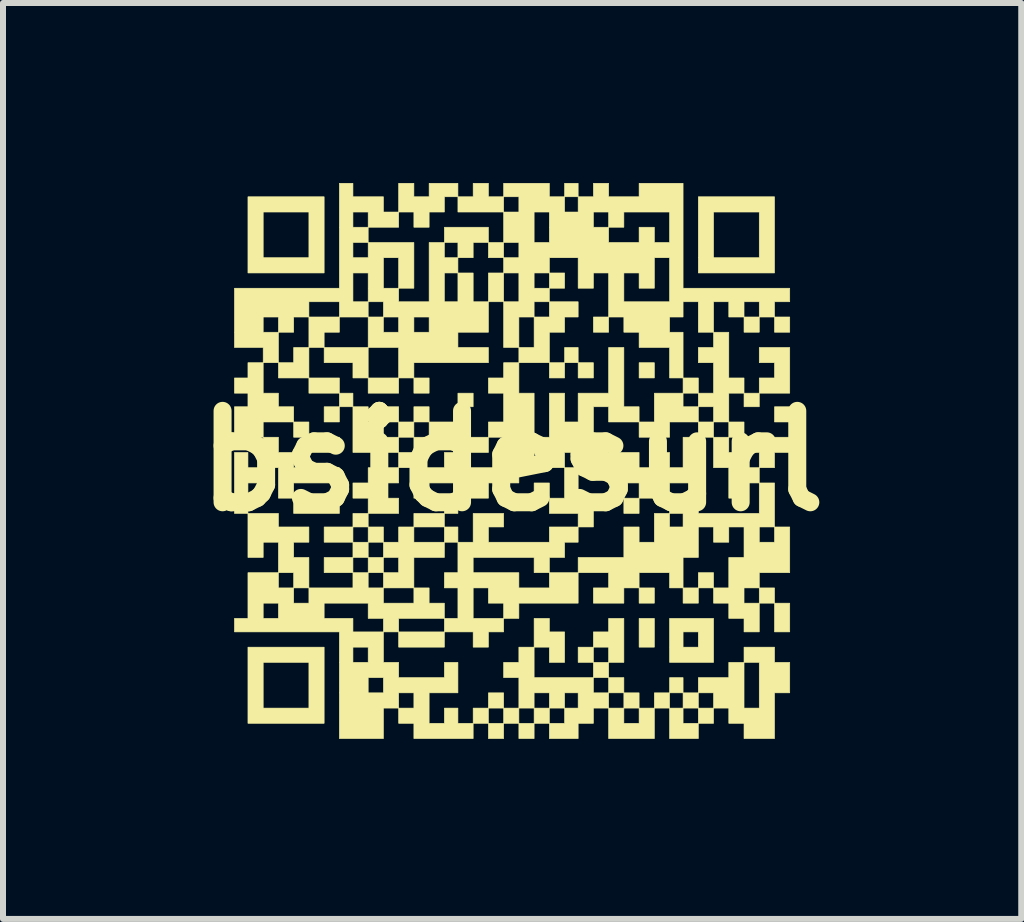
<source format=kicad_pcb>
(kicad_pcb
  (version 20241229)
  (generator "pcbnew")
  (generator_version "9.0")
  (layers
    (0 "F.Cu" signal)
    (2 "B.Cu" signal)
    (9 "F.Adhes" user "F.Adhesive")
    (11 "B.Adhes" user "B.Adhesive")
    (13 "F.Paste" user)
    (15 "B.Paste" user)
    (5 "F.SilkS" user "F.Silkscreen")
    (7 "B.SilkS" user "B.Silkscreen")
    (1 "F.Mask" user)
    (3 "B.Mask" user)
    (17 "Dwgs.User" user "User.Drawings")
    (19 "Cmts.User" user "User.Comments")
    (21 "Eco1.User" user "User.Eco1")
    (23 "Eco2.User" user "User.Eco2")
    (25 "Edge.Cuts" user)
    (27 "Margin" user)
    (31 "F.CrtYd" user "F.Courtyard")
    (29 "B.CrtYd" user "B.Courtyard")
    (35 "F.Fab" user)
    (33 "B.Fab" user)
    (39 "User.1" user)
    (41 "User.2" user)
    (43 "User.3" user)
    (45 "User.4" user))
  (footprint "bsidesurl"
    (layer "F.Cu")
    (at 5.486 4.633)
    (property "Reference" "bsidesurl" (at 0 0 0) (layer "F.SilkS") (effects (font (size 1.524 1.524) (thickness 0.3))))
    (attr through_hole)
    (fp_poly (pts (xy -3.641 -0.395) (xy -3.641 -0.649) (xy -3.387 -0.649) (xy -3.387 -0.395) (xy -3.641 -0.395)) (stroke (width 0.01) (type solid)) (fill yes) (layer "F.SilkS"))
    (fp_poly (pts (xy -3.387 -1.129) (xy -3.387 -1.383) (xy -2.879 -1.383) (xy -2.879 -1.129) (xy -3.387 -1.129)) (stroke (width 0.01) (type solid)) (fill yes) (layer "F.SilkS"))
    (fp_poly (pts (xy -3.133 1.355) (xy -3.133 1.101) (xy -2.653 1.101) (xy -2.653 1.355) (xy -3.133 1.355)) (stroke (width 0.01) (type solid)) (fill yes) (layer "F.SilkS"))
    (fp_poly (pts (xy -2.879 -1.129) (xy -2.653 -1.129) (xy -2.653 -0.903) (xy -2.879 -0.903) (xy -2.879 -1.129)) (stroke (width 0.01) (type solid)) (fill yes) (layer "F.SilkS"))
    (fp_poly (pts (xy -2.879 -0.649) (xy -3.133 -0.649) (xy -3.133 -0.903) (xy -2.879 -0.903) (xy -2.879 -0.649)) (stroke (width 0.01) (type solid)) (fill yes) (layer "F.SilkS"))
    (fp_poly (pts (xy -2.879 -0.395) (xy -2.879 -0.141) (xy -3.387 -0.141) (xy -3.387 -0.395) (xy -2.879 -0.395)) (stroke (width 0.01) (type solid)) (fill yes) (layer "F.SilkS"))
    (fp_poly (pts (xy -2.879 0.875) (xy -3.641 0.875) (xy -3.641 0.621) (xy -2.879 0.621) (xy -2.879 0.875)) (stroke (width 0.01) (type solid)) (fill yes) (layer "F.SilkS"))
    (fp_poly (pts (xy -2.653 0.875) (xy -2.399 0.875) (xy -2.399 1.101) (xy -2.653 1.101) (xy -2.653 0.875)) (stroke (width 0.01) (type solid)) (fill yes) (layer "F.SilkS"))
    (fp_poly (pts (xy -2.653 1.355) (xy -2.399 1.355) (xy -2.399 1.609) (xy -2.653 1.609) (xy -2.653 1.355)) (stroke (width 0.01) (type solid)) (fill yes) (layer "F.SilkS"))
    (fp_poly (pts (xy -2.653 1.863) (xy -3.133 1.863) (xy -3.133 1.609) (xy -2.653 1.609) (xy -2.653 1.863)) (stroke (width 0.01) (type solid)) (fill yes) (layer "F.SilkS"))
    (fp_poly (pts (xy -2.145 1.355) (xy -2.399 1.355) (xy -2.399 1.101) (xy -2.145 1.101) (xy -2.145 1.355)) (stroke (width 0.01) (type solid)) (fill yes) (layer "F.SilkS"))
    (fp_poly (pts (xy -1.891 -1.383) (xy -1.891 -1.129) (xy -2.399 -1.129) (xy -2.399 -1.383) (xy -1.891 -1.383)) (stroke (width 0.01) (type solid)) (fill yes) (layer "F.SilkS"))
    (fp_poly (pts (xy -1.891 -0.141) (xy -1.637 -0.141) (xy -1.637 0.113) (xy -1.891 0.113) (xy -1.891 -0.141)) (stroke (width 0.01) (type solid)) (fill yes) (layer "F.SilkS"))
    (fp_poly (pts (xy -1.637 -0.903) (xy -1.383 -0.903) (xy -1.383 -0.649) (xy -1.637 -0.649) (xy -1.637 -0.903)) (stroke (width 0.01) (type solid)) (fill yes) (layer "F.SilkS"))
    (fp_poly (pts (xy -1.637 0.875) (xy -1.129 0.875) (xy -1.129 1.101) (xy -1.637 1.101) (xy -1.637 0.875)) (stroke (width 0.01) (type solid)) (fill yes) (layer "F.SilkS"))
    (fp_poly (pts (xy -1.383 -1.129) (xy -1.637 -1.129) (xy -1.637 -1.383) (xy -1.383 -1.383) (xy -1.383 -1.129)) (stroke (width 0.01) (type solid)) (fill yes) (layer "F.SilkS"))
    (fp_poly (pts (xy -1.383 -0.395) (xy -1.383 -0.649) (xy -0.903 -0.649) (xy -0.903 -0.395) (xy -1.383 -0.395)) (stroke (width 0.01) (type solid)) (fill yes) (layer "F.SilkS"))
    (fp_poly (pts (xy -1.383 -0.141) (xy -1.637 -0.141) (xy -1.637 -0.395) (xy -1.383 -0.395) (xy -1.383 -0.141)) (stroke (width 0.01) (type solid)) (fill yes) (layer "F.SilkS"))
    (fp_poly (pts (xy -1.129 0.621) (xy -0.903 0.621) (xy -0.903 0.875) (xy -1.129 0.875) (xy -1.129 0.621)) (stroke (width 0.01) (type solid)) (fill yes) (layer "F.SilkS"))
    (fp_poly (pts (xy -1.129 1.101) (xy -0.903 1.101) (xy -0.903 1.355) (xy -1.129 1.355) (xy -1.129 1.101)) (stroke (width 0.01) (type solid)) (fill yes) (layer "F.SilkS"))
    (fp_poly (pts (xy -1.129 3.104) (xy -1.891 3.104) (xy -1.891 2.85) (xy -1.129 2.85) (xy -1.129 3.104)) (stroke (width 0.01) (type solid)) (fill yes) (layer "F.SilkS"))
    (fp_poly (pts (xy -0.649 -0.903) (xy -0.903 -0.903) (xy -0.903 -1.129) (xy -0.649 -1.129) (xy -0.649 -0.903)) (stroke (width 0.01) (type solid)) (fill yes) (layer "F.SilkS"))
    (fp_poly (pts (xy -0.395 -0.395) (xy -0.395 -0.141) (xy -0.903 -0.141) (xy -0.903 -0.395) (xy -0.395 -0.395)) (stroke (width 0.01) (type solid)) (fill yes) (layer "F.SilkS"))
    (fp_poly (pts (xy -0.141 -3.387) (xy -0.395 -3.387) (xy -0.395 -3.641) (xy -0.141 -3.641) (xy -0.141 -3.387)) (stroke (width 0.01) (type solid)) (fill yes) (layer "F.SilkS"))
    (fp_poly (pts (xy -0.141 -2.653) (xy -0.395 -2.653) (xy -0.395 -3.133) (xy -0.141 -3.133) (xy -0.141 -2.653)) (stroke (width 0.01) (type solid)) (fill yes) (layer "F.SilkS"))
    (fp_poly (pts (xy 0.367 0.621) (xy 0.367 0.367) (xy 0.621 0.367) (xy 0.621 0.621) (xy 0.367 0.621)) (stroke (width 0.01) (type solid)) (fill yes) (layer "F.SilkS"))
    (fp_poly (pts (xy 0.875 -2.879) (xy 0.621 -2.879) (xy 0.621 -3.133) (xy 0.875 -3.133) (xy 0.875 -2.879)) (stroke (width 0.01) (type solid)) (fill yes) (layer "F.SilkS"))
    (fp_poly (pts (xy 0.875 -1.891) (xy 1.101 -1.891) (xy 1.101 -1.637) (xy 0.875 -1.637) (xy 0.875 -1.891)) (stroke (width 0.01) (type solid)) (fill yes) (layer "F.SilkS"))
    (fp_poly (pts (xy 0.875 -1.383) (xy 0.621 -1.383) (xy 0.621 -1.637) (xy 0.875 -1.637) (xy 0.875 -1.383)) (stroke (width 0.01) (type solid)) (fill yes) (layer "F.SilkS"))
    (fp_poly (pts (xy 1.355 -1.383) (xy 1.101 -1.383) (xy 1.101 -1.637) (xy 1.355 -1.637) (xy 1.355 -1.383)) (stroke (width 0.01) (type solid)) (fill yes) (layer "F.SilkS"))
    (fp_poly (pts (xy 1.609 -2.145) (xy 1.355 -2.145) (xy 1.355 -2.399) (xy 1.609 -2.399) (xy 1.609 -2.145)) (stroke (width 0.01) (type solid)) (fill yes) (layer "F.SilkS"))
    (fp_poly (pts (xy 1.609 3.866) (xy 1.609 3.612) (xy 1.863 3.612) (xy 1.863 3.866) (xy 1.609 3.866)) (stroke (width 0.01) (type solid)) (fill yes) (layer "F.SilkS"))
    (fp_poly (pts (xy 2.117 0.875) (xy 1.863 0.875) (xy 1.863 0.621) (xy 2.117 0.621) (xy 2.117 0.875)) (stroke (width 0.01) (type solid)) (fill yes) (layer "F.SilkS"))
    (fp_poly (pts (xy 2.371 -1.383) (xy 2.117 -1.383) (xy 2.117 -1.637) (xy 2.371 -1.637) (xy 2.371 -1.383)) (stroke (width 0.01) (type solid)) (fill yes) (layer "F.SilkS"))
    (fp_poly (pts (xy 2.371 2.371) (xy 2.117 2.371) (xy 2.117 2.117) (xy 2.371 2.117) (xy 2.371 2.371)) (stroke (width 0.01) (type solid)) (fill yes) (layer "F.SilkS"))
    (fp_poly (pts (xy 2.371 3.104) (xy 2.117 3.104) (xy 2.117 2.625) (xy 2.371 2.625) (xy 2.371 3.104)) (stroke (width 0.01) (type solid)) (fill yes) (layer "F.SilkS"))
    (fp_poly (pts (xy 2.371 3.866) (xy 2.625 3.866) (xy 2.625 4.12) (xy 2.371 4.12) (xy 2.371 3.866)) (stroke (width 0.01) (type solid)) (fill yes) (layer "F.SilkS"))
    (fp_poly (pts (xy 2.625 3.612) (xy 2.85 3.612) (xy 2.85 3.866) (xy 2.625 3.866) (xy 2.625 3.612)) (stroke (width 0.01) (type solid)) (fill yes) (layer "F.SilkS"))
    (fp_poly (pts (xy 2.85 -1.383) (xy 3.104 -1.383) (xy 3.104 -1.129) (xy 2.85 -1.129) (xy 2.85 -1.383)) (stroke (width 0.01) (type solid)) (fill yes) (layer "F.SilkS"))
    (fp_poly (pts (xy 3.104 -0.649) (xy 3.358 -0.649) (xy 3.358 -0.395) (xy 3.104 -0.395) (xy 3.104 -0.649)) (stroke (width 0.01) (type solid)) (fill yes) (layer "F.SilkS"))
    (fp_poly (pts (xy 3.104 3.866) (xy 3.104 4.12) (xy 2.85 4.12) (xy 2.85 3.866) (xy 3.104 3.866)) (stroke (width 0.01) (type solid)) (fill yes) (layer "F.SilkS"))
    (fp_poly (pts (xy 3.104 4.12) (xy 3.358 4.12) (xy 3.358 4.374) (xy 3.104 4.374) (xy 3.104 4.12)) (stroke (width 0.01) (type solid)) (fill yes) (layer "F.SilkS"))
    (fp_poly (pts (xy 3.612 -0.649) (xy 3.866 -0.649) (xy 3.866 -0.395) (xy 3.612 -0.395) (xy 3.612 -0.649)) (stroke (width 0.01) (type solid)) (fill yes) (layer "F.SilkS"))
    (fp_poly (pts (xy 4.12 -0.903) (xy 3.866 -0.903) (xy 3.866 -1.129) (xy 4.12 -1.129) (xy 4.12 -0.903)) (stroke (width 0.01) (type solid)) (fill yes) (layer "F.SilkS"))
    (fp_poly (pts (xy 4.12 2.117) (xy 4.374 2.117) (xy 4.374 2.371) (xy 4.12 2.371) (xy 4.12 2.117)) (stroke (width 0.01) (type solid)) (fill yes) (layer "F.SilkS"))
    (fp_poly (pts (xy 4.628 -2.145) (xy 4.374 -2.145) (xy 4.374 -2.399) (xy 4.628 -2.399) (xy 4.628 -2.145)) (stroke (width 0.01) (type solid)) (fill yes) (layer "F.SilkS"))
    (fp_poly (pts (xy 4.628 -0.649) (xy 4.374 -0.649) (xy 4.374 -0.903) (xy 4.628 -0.903) (xy 4.628 -0.649)) (stroke (width 0.01) (type solid)) (fill yes) (layer "F.SilkS"))
    (fp_poly (pts (xy 4.628 2.85) (xy 4.374 2.85) (xy 4.374 2.371) (xy 4.628 2.371) (xy 4.628 2.85)) (stroke (width 0.01) (type solid)) (fill yes) (layer "F.SilkS"))
    (fp_poly (pts (xy -3.895 -1.383) (xy -3.895 -1.637) (xy -3.641 -1.637) (xy -3.641 -1.891) (xy -3.387 -1.891) (xy -3.387 -1.383) (xy -3.895 -1.383)) (stroke (width 0.01) (type solid)) (fill yes) (layer "F.SilkS"))
    (fp_poly (pts (xy -3.387 -2.399) (xy -2.879 -2.399) (xy -2.879 -2.145) (xy -3.133 -2.145) (xy -3.133 -1.891) (xy -3.387 -1.891) (xy -3.387 -2.399)) (stroke (width 0.01) (type solid)) (fill yes) (layer "F.SilkS"))
    (fp_poly (pts (xy -2.653 -1.383) (xy -2.653 -1.637) (xy -3.133 -1.637) (xy -3.133 -1.891) (xy -2.399 -1.891) (xy -2.399 -1.383) (xy -2.653 -1.383)) (stroke (width 0.01) (type solid)) (fill yes) (layer "F.SilkS"))
    (fp_poly (pts (xy 3.104 4.628) (xy 2.625 4.628) (xy 2.625 4.12) (xy 2.85 4.12) (xy 2.85 4.374) (xy 3.104 4.374) (xy 3.104 4.628)) (stroke (width 0.01) (type solid)) (fill yes) (layer "F.SilkS"))
    (fp_poly (pts (xy -4.628 0.875) (xy -4.628 -0.141) (xy -4.403 -0.141) (xy -4.403 0.113) (xy -4.149 0.113) (xy -4.149 0.367) (xy -4.403 0.367) (xy -4.403 0.875) (xy -4.628 0.875)) (stroke (width 0.01) (type solid)) (fill yes) (layer "F.SilkS"))
    (fp_poly (pts (xy -0.395 -3.641) (xy -0.649 -3.641) (xy -0.649 -3.387) (xy -0.903 -3.387) (xy -0.903 -3.641) (xy -1.129 -3.641) (xy -1.129 -3.895) (xy -0.395 -3.895) (xy -0.395 -3.641)) (stroke (width 0.01) (type solid)) (fill yes) (layer "F.SilkS"))
    (fp_poly (pts (xy 0.367 2.625) (xy 0.621 2.625) (xy 0.621 2.85) (xy 0.875 2.85) (xy 0.875 3.358) (xy 0.621 3.358) (xy 0.621 3.104) (xy 0.367 3.104) (xy 0.367 2.625)) (stroke (width 0.01) (type solid)) (fill yes) (layer "F.SilkS"))
    (fp_poly (pts (xy 4.12 -1.383) (xy 4.374 -1.383) (xy 4.374 -1.637) (xy 4.12 -1.637) (xy 4.12 -1.891) (xy 4.628 -1.891) (xy 4.628 -1.129) (xy 4.12 -1.129) (xy 4.12 -1.383)) (stroke (width 0.01) (type solid)) (fill yes) (layer "F.SilkS"))
    (fp_poly (pts (xy 4.12 -0.141) (xy 3.866 -0.141) (xy 3.866 -0.395) (xy 4.628 -0.395) (xy 4.628 -0.141) (xy 4.374 -0.141) (xy 4.374 0.113) (xy 4.12 0.113) (xy 4.12 -0.141)) (stroke (width 0.01) (type solid)) (fill yes) (layer "F.SilkS"))
    (fp_poly (pts (xy 2.85 -0.903) (xy 3.104 -0.903) (xy 3.104 -0.649) (xy 2.625 -0.649) (xy 2.625 -0.395) (xy 2.117 -0.395) (xy 2.117 -0.649) (xy 2.371 -0.649) (xy 2.371 -1.129) (xy 2.85 -1.129) (xy 2.85 -0.903)) (stroke (width 0.01) (type solid)) (fill yes) (layer "F.SilkS"))
    (fp_poly (pts (xy -3.133 -3.133) (xy -4.403 -3.133) (xy -4.403 -4.149) (xy -4.149 -4.149) (xy -4.149 -3.387) (xy -3.387 -3.387) (xy -3.387 -4.149) (xy -4.149 -4.149) (xy -4.403 -4.149) (xy -4.403 -4.403) (xy -3.133 -4.403) (xy -3.133 -3.133)) (stroke (width 0.01) (type solid)) (fill yes) (layer "F.SilkS"))
    (fp_poly (pts (xy -3.133 4.374) (xy -4.403 4.374) (xy -4.403 3.358) (xy -4.149 3.358) (xy -4.149 4.12) (xy -3.387 4.12) (xy -3.387 3.358) (xy -4.149 3.358) (xy -4.403 3.358) (xy -4.403 3.104) (xy -3.133 3.104) (xy -3.133 4.374)) (stroke (width 0.01) (type solid)) (fill yes) (layer "F.SilkS"))
    (fp_poly (pts (xy 3.358 3.358) (xy 2.625 3.358) (xy 2.625 2.85) (xy 2.85 2.85) (xy 2.85 3.104) (xy 3.104 3.104) (xy 3.104 2.85) (xy 2.85 2.85) (xy 2.625 2.85) (xy 2.625 2.625) (xy 3.358 2.625) (xy 3.358 3.358)) (stroke (width 0.01) (type solid)) (fill yes) (layer "F.SilkS"))
    (fp_poly (pts (xy 4.374 -3.133) (xy 3.104 -3.133) (xy 3.104 -4.149) (xy 3.358 -4.149) (xy 3.358 -3.387) (xy 4.12 -3.387) (xy 4.12 -4.149) (xy 3.358 -4.149) (xy 3.104 -4.149) (xy 3.104 -4.403) (xy 4.374 -4.403) (xy 4.374 -3.133)) (stroke (width 0.01) (type solid)) (fill yes) (layer "F.SilkS"))
    (fp_poly (pts (xy -4.149 -0.395) (xy -3.895 -0.395) (xy -3.895 -0.141) (xy -3.641 -0.141) (xy -3.641 0.113) (xy -2.879 0.113) (xy -2.879 0.367) (xy -3.641 0.367) (xy -3.641 0.621) (xy -3.895 0.621) (xy -3.895 0.113) (xy -4.149 0.113) (xy -4.149 -0.395)) (stroke (width 0.01) (type solid)) (fill yes) (layer "F.SilkS"))
    (fp_poly (pts (xy -2.399 0.621) (xy -2.653 0.621) (xy -2.653 0.367) (xy -2.399 0.367) (xy -2.399 0.113) (xy -1.891 0.113) (xy -1.891 0.367) (xy -2.145 0.367) (xy -2.145 0.621) (xy -1.891 0.621) (xy -1.891 0.875) (xy -2.399 0.875) (xy -2.399 0.621)) (stroke (width 0.01) (type solid)) (fill yes) (layer "F.SilkS"))
    (fp_poly (pts (xy 0.113 -1.637) (xy 0.113 -1.891) (xy 0.367 -1.891) (xy 0.367 -2.399) (xy 0.621 -2.399) (xy 0.621 -2.653) (xy 1.101 -2.653) (xy 1.101 -2.399) (xy 0.875 -2.399) (xy 0.875 -2.145) (xy 0.621 -2.145) (xy 0.621 -1.637) (xy 0.113 -1.637)) (stroke (width 0.01) (type solid)) (fill yes) (layer "F.SilkS"))
    (fp_poly (pts (xy 2.117 3.866) (xy 2.117 4.12) (xy 2.371 4.12) (xy 2.371 4.628) (xy 1.609 4.628) (xy 1.609 4.12) (xy 1.863 4.12) (xy 1.863 4.374) (xy 2.117 4.374) (xy 2.117 4.12) (xy 1.863 4.12) (xy 1.863 3.866) (xy 2.117 3.866)) (stroke (width 0.01) (type solid)) (fill yes) (layer "F.SilkS"))
    (fp_poly (pts (xy 4.12 0.367) (xy 3.866 0.367) (xy 3.866 0.621) (xy 3.612 0.621) (xy 3.612 0.113) (xy 3.358 0.113) (xy 3.358 -0.395) (xy 3.612 -0.395) (xy 3.612 -0.141) (xy 3.866 -0.141) (xy 3.866 0.113) (xy 4.12 0.113) (xy 4.12 0.367)) (stroke (width 0.01) (type solid)) (fill yes) (layer "F.SilkS"))
    (fp_poly (pts (xy -1.129 -4.403) (xy -1.129 -4.149) (xy -1.383 -4.149) (xy -1.383 -3.895) (xy -1.637 -3.895) (xy -1.637 -4.149) (xy -1.891 -4.149) (xy -1.891 -4.628) (xy -1.637 -4.628) (xy -1.637 -4.403) (xy -1.383 -4.403) (xy -1.383 -4.628) (xy -0.903 -4.628) (xy -0.903 -4.403) (xy -1.129 -4.403)) (stroke (width 0.01) (type solid)) (fill yes) (layer "F.SilkS"))
    (fp_poly (pts (xy -4.628 -0.395) (xy -4.628 -0.903) (xy -4.403 -0.903) (xy -4.403 -1.129) (xy -4.628 -1.129) (xy -4.628 -1.383) (xy -4.403 -1.383) (xy -4.403 -1.637) (xy -4.149 -1.637) (xy -4.149 -1.129) (xy -3.895 -1.129) (xy -3.895 -0.903) (xy -3.641 -0.903) (xy -3.641 -0.649) (xy -4.149 -0.649) (xy -4.149 -0.395) (xy -4.628 -0.395)) (stroke (width 0.01) (type solid)) (fill yes) (layer "F.SilkS"))
    (fp_poly (pts (xy -3.895 1.355) (xy -4.149 1.355) (xy -4.149 1.609) (xy -4.403 1.609) (xy -4.403 0.875) (xy -3.895 0.875) (xy -3.895 1.101) (xy -3.387 1.101) (xy -3.387 1.355) (xy -3.641 1.355) (xy -3.641 1.609) (xy -3.387 1.609) (xy -3.387 2.117) (xy -3.641 2.117) (xy -3.641 1.863) (xy -3.895 1.863) (xy -3.895 1.355)) (stroke (width 0.01) (type solid)) (fill yes) (layer "F.SilkS"))
    (fp_poly (pts (xy -1.637 -0.395) (xy -1.891 -0.395) (xy -1.891 -0.141) (xy -2.653 -0.141) (xy -2.653 -0.903) (xy -2.399 -0.903) (xy -2.399 -0.649) (xy -2.145 -0.649) (xy -2.145 -0.395) (xy -1.891 -0.395) (xy -1.891 -0.649) (xy -2.145 -0.649) (xy -2.145 -0.903) (xy -1.891 -0.903) (xy -1.891 -0.649) (xy -1.637 -0.649) (xy -1.637 -0.395)) (stroke (width 0.01) (type solid)) (fill yes) (layer "F.SilkS"))
    (fp_poly (pts (xy 1.355 3.358) (xy 1.101 3.358) (xy 1.101 3.104) (xy 1.355 3.104) (xy 1.355 3.358) (xy 1.609 3.358) (xy 1.609 3.104) (xy 1.355 3.104) (xy 1.355 2.85) (xy 1.609 2.85) (xy 1.609 2.625) (xy 1.863 2.625) (xy 1.863 3.358) (xy 1.609 3.358) (xy 1.609 3.612) (xy 1.355 3.612) (xy 1.355 3.358)) (stroke (width 0.01) (type solid)) (fill yes) (layer "F.SilkS"))
    (fp_poly (pts (xy 3.612 -1.129) (xy 3.612 -0.649) (xy 3.358 -0.649) (xy 3.358 -0.903) (xy 3.104 -0.903) (xy 3.104 -1.129) (xy 3.358 -1.129) (xy 3.358 -1.637) (xy 3.104 -1.637) (xy 3.104 -1.891) (xy 3.358 -1.891) (xy 3.358 -2.145) (xy 3.612 -2.145) (xy 3.612 -1.383) (xy 3.866 -1.383) (xy 3.866 -1.129) (xy 3.612 -1.129)) (stroke (width 0.01) (type solid)) (fill yes) (layer "F.SilkS"))
    (fp_poly (pts (xy -1.129 1.609) (xy -1.637 1.609) (xy -1.637 2.117) (xy -2.145 2.117) (xy -2.145 1.863) (xy -2.399 1.863) (xy -2.399 1.609) (xy -2.145 1.609) (xy -2.145 1.863) (xy -1.891 1.863) (xy -1.891 1.609) (xy -2.145 1.609) (xy -2.145 1.355) (xy -1.891 1.355) (xy -1.891 1.101) (xy -1.637 1.101) (xy -1.637 1.355) (xy -1.129 1.355) (xy -1.129 1.609)) (stroke (width 0.01) (type solid)) (fill yes) (layer "F.SilkS"))
    (fp_poly (pts (xy 3.358 3.866) (xy 3.104 3.866) (xy 3.104 3.612) (xy 3.612 3.612) (xy 3.612 3.358) (xy 3.866 3.358) (xy 3.866 4.12) (xy 4.12 4.12) (xy 4.12 3.358) (xy 3.866 3.358) (xy 3.866 3.104) (xy 4.374 3.104) (xy 4.374 3.358) (xy 4.628 3.358) (xy 4.628 3.866) (xy 4.374 3.866) (xy 4.374 4.628) (xy 3.866 4.628) (xy 3.866 4.374) (xy 3.612 4.374) (xy 3.612 4.12) (xy 3.358 4.12) (xy 3.358 3.866)) (stroke (width 0.01) (type solid)) (fill yes) (layer "F.SilkS"))
    (fp_poly (pts (xy 1.101 1.863) (xy 1.101 2.371) (xy 0.113 2.371) (xy 0.113 2.625) (xy -0.141 2.625) (xy -0.141 2.85) (xy -0.395 2.85) (xy -0.395 3.104) (xy -0.649 3.104) (xy -0.649 2.85) (xy -1.129 2.85) (xy -1.129 2.625) (xy -0.903 2.625) (xy -0.903 2.117) (xy -0.649 2.117) (xy -0.649 2.625) (xy -0.141 2.625) (xy -0.141 2.371) (xy -0.395 2.371) (xy -0.395 2.117) (xy -0.649 2.117) (xy -0.903 2.117) (xy -1.129 2.117) (xy -1.129 1.863) (xy -0.903 1.863) (xy -0.903 1.609) (xy -0.649 1.609) (xy -0.649 1.863) (xy 0.113 1.863) (xy 0.113 2.117) (xy 0.621 2.117) (xy 0.621 1.863) (xy 0.367 1.863) (xy 0.367 1.609) (xy -0.649 1.609) (xy -0.903 1.609) (xy -0.903 1.355) (xy -0.649 1.355) (xy -0.649 0.875) (xy -0.141 0.875) (xy -0.141 1.101) (xy -0.395 1.101) (xy -0.395 1.355) (xy 0.621 1.355) (xy 0.621 1.101) (xy 1.101 1.101) (xy 1.101 1.355) (xy 0.875 1.355) (xy 0.875 1.609) (xy 0.621 1.609) (xy 0.621 1.863) (xy 1.101 1.863)) (stroke (width 0.01) (type solid)) (fill yes) (layer "F.SilkS"))
    (fp_poly (pts (xy 0.367 3.612) (xy 1.355 3.612) (xy 1.355 3.866) (xy 1.609 3.866) (xy 1.609 4.12) (xy 1.355 4.12) (xy 1.355 4.374) (xy 1.101 4.374) (xy 1.101 4.628) (xy 0.621 4.628) (xy 0.621 4.374) (xy 0.367 4.374) (xy 0.367 4.628) (xy 0.113 4.628) (xy 0.113 4.374) (xy -0.141 4.374) (xy -0.141 4.628) (xy -0.395 4.628) (xy -0.395 4.374) (xy -0.649 4.374) (xy -0.649 4.12) (xy -0.395 4.12) (xy -0.395 4.374) (xy -0.141 4.374) (xy -0.141 4.12) (xy -0.395 4.12) (xy -0.395 3.866) (xy -0.141 3.866) (xy -0.141 4.12) (xy 0.113 4.12) (xy 0.113 4.374) (xy 0.367 4.374) (xy 0.367 4.12) (xy 0.113 4.12) (xy 0.113 3.866) (xy 0.367 3.866) (xy 0.367 4.12) (xy 0.621 4.12) (xy 0.621 4.374) (xy 0.875 4.374) (xy 0.875 4.12) (xy 0.621 4.12) (xy 0.621 3.866) (xy 0.875 3.866) (xy 0.875 4.12) (xy 1.101 4.12) (xy 1.101 3.866) (xy 0.875 3.866) (xy 0.621 3.866) (xy 0.367 3.866) (xy 0.113 3.866) (xy 0.113 3.612) (xy -0.141 3.612) (xy -0.141 3.358) (xy 0.113 3.358) (xy 0.113 3.104) (xy 0.367 3.104) (xy 0.367 3.612)) (stroke (width 0.01) (type solid)) (fill yes) (layer "F.SilkS"))
    (fp_poly (pts (xy 4.628 1.101) (xy 4.628 1.863) (xy 4.12 1.863) (xy 4.12 2.117) (xy 3.866 2.117) (xy 3.866 2.371) (xy 4.12 2.371) (xy 4.12 2.85) (xy 3.866 2.85) (xy 3.866 2.625) (xy 3.612 2.625) (xy 3.612 2.371) (xy 3.358 2.371) (xy 3.358 2.117) (xy 3.104 2.117) (xy 3.104 2.371) (xy 2.85 2.371) (xy 2.85 2.117) (xy 2.625 2.117) (xy 2.625 1.863) (xy 2.117 1.863) (xy 2.117 2.117) (xy 1.863 2.117) (xy 1.863 2.371) (xy 1.355 2.371) (xy 1.355 2.117) (xy 1.609 2.117) (xy 1.609 1.863) (xy 1.101 1.863) (xy 1.101 1.609) (xy 1.863 1.609) (xy 2.85 1.609) (xy 2.85 2.117) (xy 3.104 2.117) (xy 3.104 1.863) (xy 3.358 1.863) (xy 3.358 2.117) (xy 3.612 2.117) (xy 3.612 1.609) (xy 3.866 1.609) (xy 3.866 1.101) (xy 4.12 1.101) (xy 4.12 1.355) (xy 4.374 1.355) (xy 4.374 1.101) (xy 4.12 1.101) (xy 3.866 1.101) (xy 3.612 1.101) (xy 3.612 1.355) (xy 3.358 1.355) (xy 3.358 1.101) (xy 3.104 1.101) (xy 3.104 1.609) (xy 2.85 1.609) (xy 1.863 1.609) (xy 1.863 1.101) (xy 2.117 1.101) (xy 2.117 1.355) (xy 2.371 1.355) (xy 2.371 0.875) (xy 2.625 0.875) (xy 2.625 1.101) (xy 2.85 1.101) (xy 2.85 0.875) (xy 2.625 0.875) (xy 2.625 0.621) (xy 3.104 0.621) (xy 3.104 0.875) (xy 4.12 0.875) (xy 4.12 0.367) (xy 4.374 0.367) (xy 4.374 1.101) (xy 4.628 1.101)) (stroke (width 0.01) (type solid)) (fill yes) (layer "F.SilkS"))
    (fp_poly (pts (xy 1.609 -0.649) (xy 1.609 -0.903) (xy 1.355 -0.903) (xy 1.355 -0.395) (xy 1.609 -0.395) (xy 1.609 -0.141) (xy 2.117 -0.141) (xy 2.117 0.113) (xy 2.371 0.113) (xy 2.371 -0.141) (xy 2.625 -0.141) (xy 2.625 0.113) (xy 2.85 0.113) (xy 2.85 -0.395) (xy 3.104 -0.395) (xy 3.104 0.367) (xy 2.625 0.367) (xy 2.625 0.621) (xy 2.117 0.621) (xy 2.117 0.367) (xy 1.609 0.367) (xy 1.609 0.113) (xy 1.101 0.113) (xy 1.101 0.621) (xy 1.355 0.621) (xy 1.355 1.101) (xy 1.101 1.101) (xy 1.101 0.875) (xy 0.621 0.875) (xy 0.621 0.621) (xy 0.875 0.621) (xy 0.875 0.113) (xy 0.621 0.113) (xy 0.621 -0.141) (xy 0.875 -0.141) (xy 0.875 0.113) (xy 1.101 0.113) (xy 1.101 -0.141) (xy 0.875 -0.141) (xy 0.621 -0.141) (xy 0.367 -0.141) (xy 0.367 0.113) (xy 0.113 0.113) (xy 0.113 0.367) (xy -0.395 0.367) (xy -0.395 0.621) (xy -0.903 0.621) (xy -0.903 0.367) (xy -1.383 0.367) (xy -1.383 0.621) (xy -1.637 0.621) (xy -1.637 0.113) (xy -1.129 0.113) (xy -1.129 -0.141) (xy -0.903 -0.141) (xy -0.903 0.113) (xy -0.141 0.113) (xy -0.141 -0.395) (xy -0.395 -0.395) (xy -0.395 -0.649) (xy -0.141 -0.649) (xy -0.141 -1.129) (xy -0.395 -1.129) (xy -0.395 -1.383) (xy -0.141 -1.383) (xy -0.141 -1.637) (xy 0.113 -1.637) (xy 0.113 -1.129) (xy 0.367 -1.129) (xy 0.367 -0.395) (xy 0.621 -0.395) (xy 0.621 -1.129) (xy 0.875 -1.129) (xy 0.875 -0.649) (xy 1.101 -0.649) (xy 1.101 -1.129) (xy 1.609 -1.129) (xy 1.609 -1.891) (xy 1.863 -1.891) (xy 1.863 -0.903) (xy 2.117 -0.903) (xy 2.117 -0.649) (xy 1.609 -0.649)) (stroke (width 0.01) (type solid)) (fill yes) (layer "F.SilkS"))
    (fp_poly (pts (xy -2.145 2.85) (xy -2.145 3.358) (xy -1.891 3.358) (xy -1.891 3.612) (xy -1.129 3.612) (xy -1.129 3.358) (xy -0.903 3.358) (xy -0.903 3.866) (xy -1.383 3.866) (xy -1.383 4.374) (xy -1.129 4.374) (xy -1.129 4.12) (xy -0.903 4.12) (xy -0.903 4.374) (xy -0.649 4.374) (xy -0.649 4.628) (xy -1.637 4.628) (xy -1.637 4.374) (xy -1.891 4.374) (xy -1.891 4.12) (xy -2.145 4.12) (xy -2.145 4.628) (xy -2.879 4.628) (xy -2.879 3.612) (xy -2.399 3.612) (xy -2.399 3.866) (xy -2.145 3.866) (xy -1.891 3.866) (xy -1.891 4.12) (xy -1.637 4.12) (xy -1.637 3.866) (xy -1.891 3.866) (xy -2.145 3.866) (xy -2.145 3.612) (xy -2.399 3.612) (xy -2.879 3.612) (xy -2.879 3.104) (xy -2.653 3.104) (xy -2.653 3.358) (xy -2.399 3.358) (xy -2.399 3.104) (xy -2.653 3.104) (xy -2.879 3.104) (xy -2.879 2.85) (xy -4.628 2.85) (xy -4.628 2.625) (xy -4.403 2.625) (xy -4.403 2.371) (xy -4.149 2.371) (xy -4.149 2.625) (xy -3.895 2.625) (xy -3.895 2.371) (xy -4.149 2.371) (xy -4.403 2.371) (xy -4.403 1.863) (xy -3.895 1.863) (xy -3.895 2.117) (xy -3.641 2.117) (xy -3.641 2.371) (xy -3.387 2.371) (xy -3.133 2.371) (xy -3.133 2.625) (xy -2.653 2.625) (xy -2.653 2.85) (xy -2.145 2.85) (xy -2.145 2.625) (xy -2.399 2.625) (xy -2.399 2.371) (xy -3.133 2.371) (xy -3.387 2.371) (xy -3.387 2.117) (xy -2.653 2.117) (xy -2.653 1.863) (xy -2.399 1.863) (xy -2.399 2.117) (xy -2.145 2.117) (xy -2.145 2.371) (xy -1.637 2.371) (xy -1.637 2.117) (xy -1.383 2.117) (xy -1.383 2.371) (xy -1.129 2.371) (xy -1.129 2.625) (xy -1.891 2.625) (xy -1.891 2.85) (xy -2.145 2.85)) (stroke (width 0.01) (type solid)) (fill yes) (layer "F.SilkS"))
    (fp_poly (pts (xy -1.891 -3.895) (xy -2.399 -3.895) (xy -2.399 -3.641) (xy -1.637 -3.641) (xy -1.637 -2.879) (xy -1.891 -2.879) (xy -1.891 -2.653) (xy -1.383 -2.653) (xy -1.383 -3.133) (xy -1.129 -3.133) (xy -1.129 -2.653) (xy -0.903 -2.653) (xy -0.903 -3.133) (xy -1.129 -3.133) (xy -1.383 -3.133) (xy -1.383 -3.641) (xy -1.129 -3.641) (xy -1.129 -3.387) (xy -0.903 -3.387) (xy -0.903 -3.133) (xy -0.649 -3.133) (xy -0.649 -2.653) (xy -0.395 -2.653) (xy -0.395 -2.145) (xy -0.903 -2.145) (xy -0.903 -1.891) (xy -0.395 -1.891) (xy -0.395 -1.637) (xy -1.637 -1.637) (xy -1.637 -1.383) (xy -1.891 -1.383) (xy -1.891 -1.891) (xy -2.399 -1.891) (xy -2.399 -2.399) (xy -2.145 -2.399) (xy -2.145 -2.145) (xy -1.891 -2.145) (xy -1.891 -2.399) (xy -1.637 -2.399) (xy -1.637 -2.145) (xy -1.383 -2.145) (xy -1.383 -2.399) (xy -1.637 -2.399) (xy -1.891 -2.399) (xy -2.145 -2.399) (xy -2.145 -2.653) (xy -2.399 -2.653) (xy -2.399 -2.399) (xy -2.879 -2.399) (xy -2.879 -2.653) (xy -3.387 -2.653) (xy -3.387 -2.399) (xy -3.641 -2.399) (xy -3.641 -2.145) (xy -3.895 -2.145) (xy -3.895 -1.637) (xy -4.149 -1.637) (xy -4.149 -1.891) (xy -4.628 -1.891) (xy -4.628 -2.399) (xy -4.149 -2.399) (xy -4.149 -2.145) (xy -3.895 -2.145) (xy -3.895 -2.399) (xy -4.149 -2.399) (xy -4.628 -2.399) (xy -4.628 -2.879) (xy -2.879 -2.879) (xy -2.879 -3.133) (xy -2.653 -3.133) (xy -2.653 -2.653) (xy -2.399 -2.653) (xy -2.399 -3.133) (xy -2.653 -3.133) (xy -2.879 -3.133) (xy -2.879 -3.641) (xy -2.653 -3.641) (xy -2.653 -3.387) (xy -2.399 -3.387) (xy -2.145 -3.387) (xy -2.145 -2.879) (xy -1.891 -2.879) (xy -1.891 -3.387) (xy -2.145 -3.387) (xy -2.399 -3.387) (xy -2.399 -3.641) (xy -2.653 -3.641) (xy -2.879 -3.641) (xy -2.879 -4.149) (xy -2.653 -4.149) (xy -2.653 -3.895) (xy -2.399 -3.895) (xy -2.399 -4.149) (xy -2.653 -4.149) (xy -2.879 -4.149) (xy -2.879 -4.628) (xy -2.653 -4.628) (xy -2.653 -4.403) (xy -2.145 -4.403) (xy -2.145 -4.149) (xy -1.891 -4.149) (xy -1.891 -3.895)) (stroke (width 0.01) (type solid)) (fill yes) (layer "F.SilkS"))
    (fp_poly (pts (xy 3.104 -2.145) (xy 3.104 -2.653) (xy 2.85 -2.653) (xy 2.85 -2.399) (xy 2.625 -2.399) (xy 2.625 -2.145) (xy 2.85 -2.145) (xy 2.85 -1.383) (xy 2.625 -1.383) (xy 2.625 -1.891) (xy 2.117 -1.891) (xy 2.117 -2.145) (xy 1.863 -2.145) (xy 1.863 -2.399) (xy 1.609 -2.399) (xy 1.609 -3.133) (xy 1.863 -3.133) (xy 1.863 -2.653) (xy 2.625 -2.653) (xy 2.625 -3.387) (xy 2.371 -3.387) (xy 2.371 -2.879) (xy 2.117 -2.879) (xy 2.117 -3.133) (xy 1.863 -3.133) (xy 1.609 -3.133) (xy 1.355 -3.133) (xy 1.355 -2.879) (xy 1.101 -2.879) (xy 1.101 -3.387) (xy 0.621 -3.387) (xy 0.621 -3.133) (xy 0.367 -3.133) (xy 0.367 -2.879) (xy 0.621 -2.879) (xy 0.621 -2.653) (xy 0.367 -2.653) (xy 0.367 -2.399) (xy 0.113 -2.399) (xy 0.113 -1.891) (xy -0.141 -1.891) (xy -0.141 -2.653) (xy 0.113 -2.653) (xy 0.113 -3.133) (xy -0.141 -3.133) (xy -0.141 -3.387) (xy 0.113 -3.387) (xy 0.113 -3.641) (xy -0.141 -3.641) (xy -0.141 -4.149) (xy -0.903 -4.149) (xy -0.903 -4.403) (xy -0.649 -4.403) (xy -0.649 -4.628) (xy -0.395 -4.628) (xy -0.395 -4.403) (xy -0.141 -4.403) (xy -0.141 -4.149) (xy 0.113 -4.149) (xy 0.367 -4.149) (xy 0.367 -3.641) (xy 0.621 -3.641) (xy 1.609 -3.641) (xy 2.117 -3.641) (xy 2.117 -3.895) (xy 2.371 -3.895) (xy 2.371 -3.641) (xy 2.625 -3.641) (xy 2.625 -4.149) (xy 1.863 -4.149) (xy 1.863 -3.895) (xy 1.609 -3.895) (xy 1.609 -3.641) (xy 0.621 -3.641) (xy 0.621 -4.149) (xy 0.367 -4.149) (xy 0.113 -4.149) (xy 0.113 -4.403) (xy -0.141 -4.403) (xy -0.141 -4.628) (xy 0.621 -4.628) (xy 0.621 -4.403) (xy 0.875 -4.403) (xy 0.875 -4.149) (xy 1.101 -4.149) (xy 1.355 -4.149) (xy 1.355 -3.895) (xy 1.609 -3.895) (xy 1.609 -4.149) (xy 1.355 -4.149) (xy 1.101 -4.149) (xy 1.101 -4.403) (xy 0.875 -4.403) (xy 0.875 -4.628) (xy 1.101 -4.628) (xy 1.101 -4.403) (xy 1.355 -4.403) (xy 1.355 -4.628) (xy 1.609 -4.628) (xy 1.609 -4.403) (xy 2.117 -4.403) (xy 2.117 -4.628) (xy 2.85 -4.628) (xy 2.85 -2.879) (xy 4.628 -2.879) (xy 4.628 -2.653) (xy 4.374 -2.653) (xy 4.374 -2.399) (xy 4.12 -2.399) (xy 4.12 -2.145) (xy 3.866 -2.145) (xy 3.866 -2.399) (xy 3.612 -2.399) (xy 3.612 -2.653) (xy 3.866 -2.653) (xy 3.866 -2.399) (xy 4.12 -2.399) (xy 4.12 -2.653) (xy 3.866 -2.653) (xy 3.612 -2.653) (xy 3.358 -2.653) (xy 3.358 -2.145) (xy 3.104 -2.145)) (stroke (width 0.01) (type solid)) (fill yes) (layer "F.SilkS")))
  (gr_rect
    (start -3 -3)
    (end 13.973 12.267)
    (stroke (width 0.1) (type default))
    (fill no)
    (layer "Edge.Cuts")))
</source>
